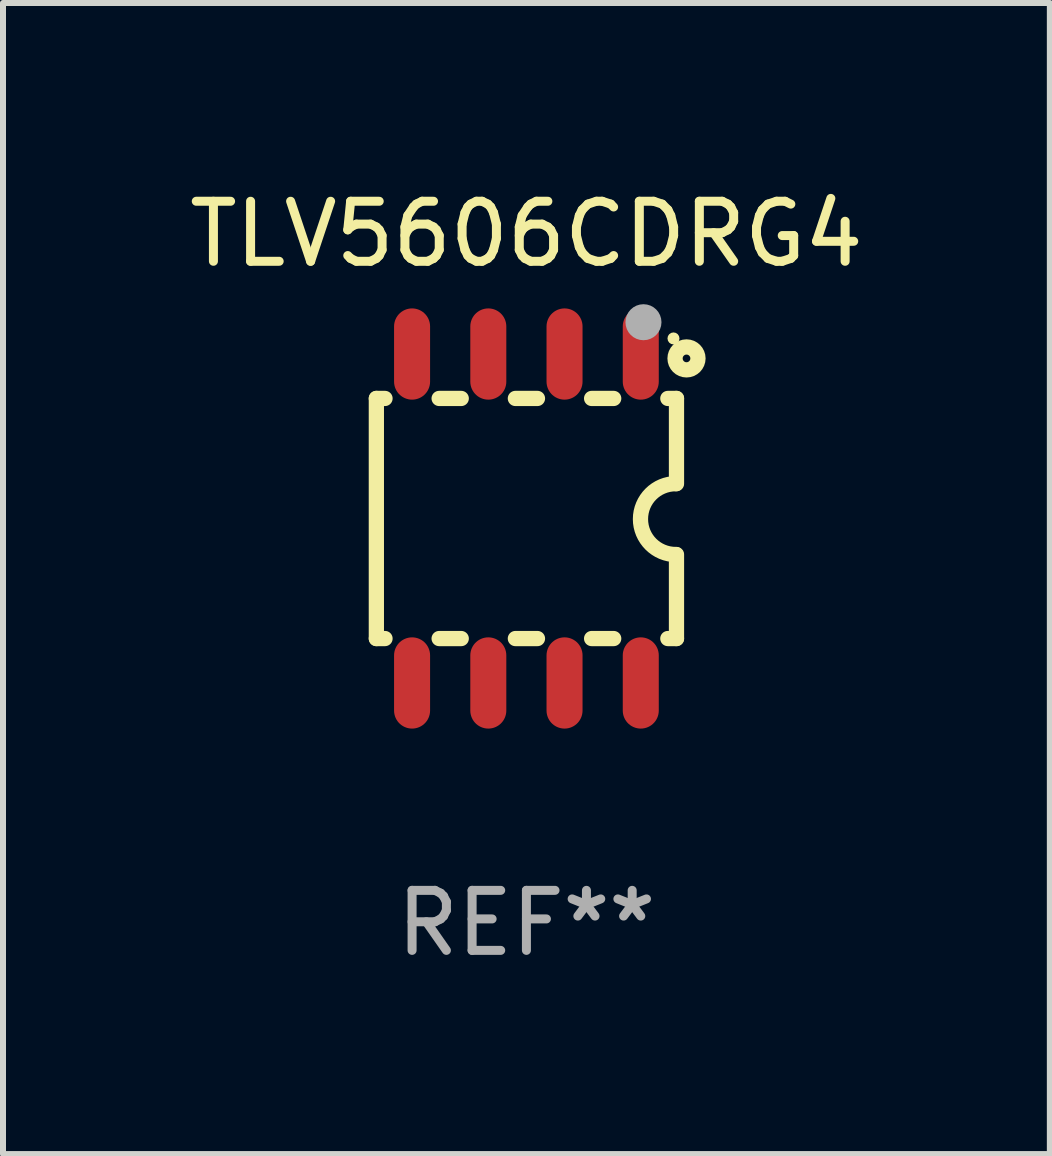
<source format=kicad_pcb>
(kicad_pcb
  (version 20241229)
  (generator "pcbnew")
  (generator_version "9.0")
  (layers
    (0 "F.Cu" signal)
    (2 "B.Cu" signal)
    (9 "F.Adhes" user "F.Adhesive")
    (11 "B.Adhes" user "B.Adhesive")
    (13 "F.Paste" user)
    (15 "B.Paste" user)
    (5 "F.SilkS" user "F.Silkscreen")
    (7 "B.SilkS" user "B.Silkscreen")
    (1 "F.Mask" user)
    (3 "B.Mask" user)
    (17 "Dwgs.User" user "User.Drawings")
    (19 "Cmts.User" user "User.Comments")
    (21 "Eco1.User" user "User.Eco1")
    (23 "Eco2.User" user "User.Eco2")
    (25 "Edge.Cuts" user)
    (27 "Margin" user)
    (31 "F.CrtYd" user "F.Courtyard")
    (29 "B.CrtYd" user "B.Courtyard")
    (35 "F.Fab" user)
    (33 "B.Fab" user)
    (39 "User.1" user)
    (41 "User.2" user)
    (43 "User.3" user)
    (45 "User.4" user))
  (footprint "TLV5606CDRG4"
    (layer "F.Cu")
    (at 5.72 5.588)
    (property "Reference" "TLV5606CDRG4" (at 0 -4.74 0) (layer "F.SilkS") (effects (font (size 1 1) (thickness 0.15))))
    (attr through_hole)
    (fp_line (start -2.5 2) (end -2.5 -2) (stroke (width 0.254) (type solid)) (layer "F.SilkS"))
    (fp_line (start -2.356 -2) (end -2.5 -2) (stroke (width 0.254) (type solid)) (layer "F.SilkS"))
    (fp_line (start -2.356 2) (end -2.5 2) (stroke (width 0.254) (type solid)) (layer "F.SilkS"))
    (fp_line (start -1.086 -2) (end -1.454 -2) (stroke (width 0.254) (type solid)) (layer "F.SilkS"))
    (fp_line (start -1.086 2) (end -1.454 2) (stroke (width 0.254) (type solid)) (layer "F.SilkS"))
    (fp_line (start 0.184 -2) (end -0.184 -2) (stroke (width 0.254) (type solid)) (layer "F.SilkS"))
    (fp_line (start 0.184 2) (end -0.184 2) (stroke (width 0.254) (type solid)) (layer "F.SilkS"))
    (fp_line (start 1.454 -2) (end 1.086 -2) (stroke (width 0.254) (type solid)) (layer "F.SilkS"))
    (fp_line (start 1.454 2) (end 1.086 2) (stroke (width 0.254) (type solid)) (layer "F.SilkS"))
    (fp_line (start 2.5 -2) (end 2.356 -2) (stroke (width 0.254) (type solid)) (layer "F.SilkS"))
    (fp_line (start 2.5 -0.58) (end 2.5 -2) (stroke (width 0.254) (type solid)) (layer "F.SilkS"))
    (fp_line (start 2.5 2) (end 2.356 2) (stroke (width 0.254) (type solid)) (layer "F.SilkS"))
    (fp_line (start 2.5 2) (end 2.5 0.6) (stroke (width 0.254) (type solid)) (layer "F.SilkS"))
    (fp_arc (start 2.489992 0.600051) (mid 1.901674 0.010046) (end 2.489992 -0.579959) (stroke (width 0.254001) (type solid)) (layer "F.SilkS"))
    (fp_circle (center 2.45 -3) (end 2.5 -3) (stroke (width 0.1) (type solid)) (fill no) (layer "F.SilkS"))
    (fp_circle (center 2.667 -2.667) (end 2.858 -2.667) (stroke (width 0.254) (type solid)) (fill no) (layer "F.SilkS"))
    (fp_circle (center 1.95 -3.27) (end 2.1 -3.27) (stroke (width 0.3) (type solid)) (fill no) (layer "F.Fab"))
    (fp_text user "REF**" (at 0 6.74 0) (layer "F.Fab") (effects (font (size 1 1) (thickness 0.15))))
    (pad "1" smd oval (at 1.905 -2.74) (size 0.6 1.52) (layers "F.Cu" "F.Mask" "F.Paste"))
    (pad "2" smd oval (at 0.635 -2.74) (size 0.6 1.52) (layers "F.Cu" "F.Mask" "F.Paste"))
    (pad "3" smd oval (at -0.635 -2.74) (size 0.6 1.52) (layers "F.Cu" "F.Mask" "F.Paste"))
    (pad "4" smd oval (at -1.905 -2.74) (size 0.6 1.52) (layers "F.Cu" "F.Mask" "F.Paste"))
    (pad "5" smd oval (at -1.905 2.74) (size 0.6 1.52) (layers "F.Cu" "F.Mask" "F.Paste"))
    (pad "6" smd oval (at -0.635 2.74) (size 0.6 1.52) (layers "F.Cu" "F.Mask" "F.Paste"))
    (pad "7" smd oval (at 0.635 2.74) (size 0.6 1.52) (layers "F.Cu" "F.Mask" "F.Paste"))
    (pad "8" smd oval (at 1.905 2.74) (size 0.6 1.52) (layers "F.Cu" "F.Mask" "F.Paste")))
  (gr_rect
    (start -3 -3)
    (end 14.44 16.176)
    (stroke (width 0.1) (type default))
    (fill no)
    (layer "Edge.Cuts")))
</source>
